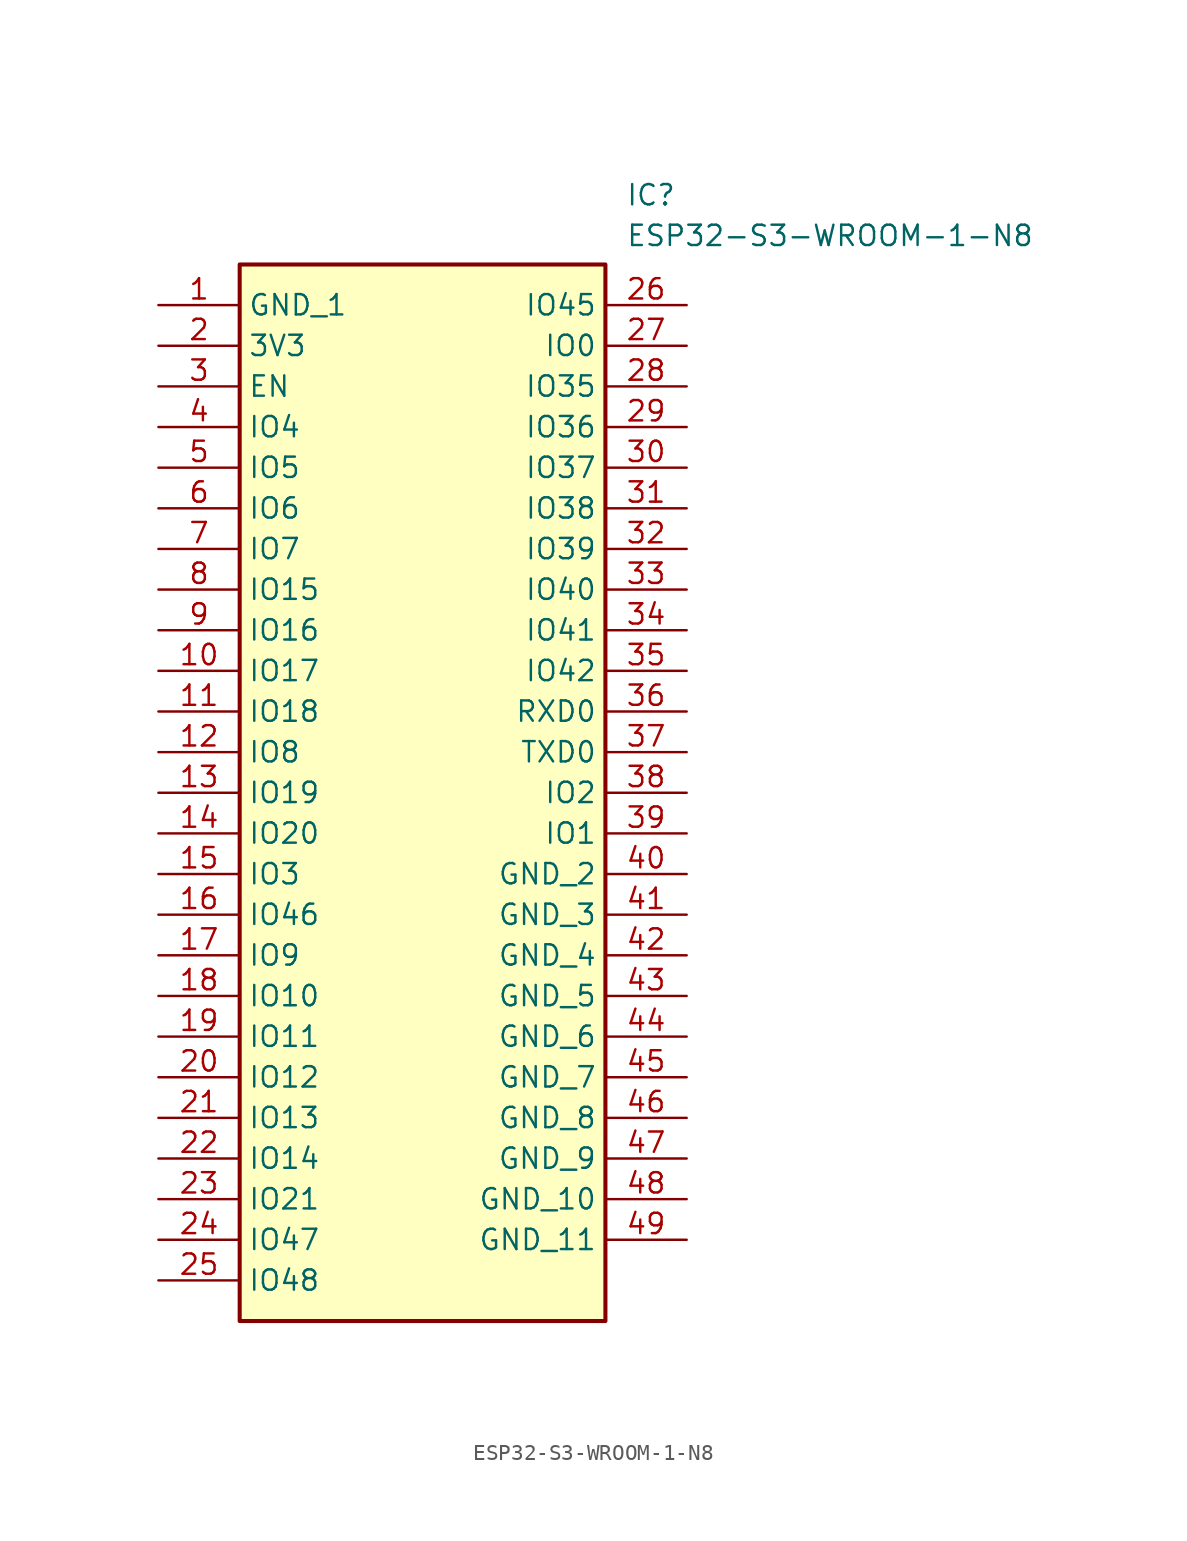
<source format=kicad_sym>
(kicad_symbol_lib
  (version 20211014)
  (generator SamacSys_ECAD_Model)
  (symbol "ESP32-S3-WROOM-1-N8"
    (property "Reference" "IC"
      (at 29.21 7.62 0)
      (effects (font (size 1.27 1.27)) (justify left top)))
    (property "Value" "ESP32-S3-WROOM-1-N8"
      (at 29.21 5.08 0)
      (effects (font (size 1.27 1.27)) (justify left top)))
    (rectangle
      (start 5.08 2.54)
      (end 27.94 -63.5)
      (stroke (width 0.254) (type default))
      (fill (type background)))
    (pin passive line
      (at 0 0 0)
      (length 5.08)
      (name "GND_1" (effects (font (size 1.27 1.27))))
      (number "1" (effects (font (size 1.27 1.27)))))
    (pin passive line
      (at 0 -2.54 0)
      (length 5.08)
      (name "3V3" (effects (font (size 1.27 1.27))))
      (number "2" (effects (font (size 1.27 1.27)))))
    (pin passive line
      (at 0 -5.08 0)
      (length 5.08)
      (name "EN" (effects (font (size 1.27 1.27))))
      (number "3" (effects (font (size 1.27 1.27)))))
    (pin passive line
      (at 0 -7.62 0)
      (length 5.08)
      (name "IO4" (effects (font (size 1.27 1.27))))
      (number "4" (effects (font (size 1.27 1.27)))))
    (pin passive line
      (at 0 -10.16 0)
      (length 5.08)
      (name "IO5" (effects (font (size 1.27 1.27))))
      (number "5" (effects (font (size 1.27 1.27)))))
    (pin passive line
      (at 0 -12.7 0)
      (length 5.08)
      (name "IO6" (effects (font (size 1.27 1.27))))
      (number "6" (effects (font (size 1.27 1.27)))))
    (pin passive line
      (at 0 -15.24 0)
      (length 5.08)
      (name "IO7" (effects (font (size 1.27 1.27))))
      (number "7" (effects (font (size 1.27 1.27)))))
    (pin passive line
      (at 0 -17.78 0)
      (length 5.08)
      (name "IO15" (effects (font (size 1.27 1.27))))
      (number "8" (effects (font (size 1.27 1.27)))))
    (pin passive line
      (at 0 -20.32 0)
      (length 5.08)
      (name "IO16" (effects (font (size 1.27 1.27))))
      (number "9" (effects (font (size 1.27 1.27)))))
    (pin passive line
      (at 0 -22.86 0)
      (length 5.08)
      (name "IO17" (effects (font (size 1.27 1.27))))
      (number "10" (effects (font (size 1.27 1.27)))))
    (pin passive line
      (at 0 -25.4 0)
      (length 5.08)
      (name "IO18" (effects (font (size 1.27 1.27))))
      (number "11" (effects (font (size 1.27 1.27)))))
    (pin passive line
      (at 0 -27.94 0)
      (length 5.08)
      (name "IO8" (effects (font (size 1.27 1.27))))
      (number "12" (effects (font (size 1.27 1.27)))))
    (pin passive line
      (at 0 -30.48 0)
      (length 5.08)
      (name "IO19" (effects (font (size 1.27 1.27))))
      (number "13" (effects (font (size 1.27 1.27)))))
    (pin passive line
      (at 0 -33.02 0)
      (length 5.08)
      (name "IO20" (effects (font (size 1.27 1.27))))
      (number "14" (effects (font (size 1.27 1.27)))))
    (pin passive line
      (at 0 -35.56 0)
      (length 5.08)
      (name "IO3" (effects (font (size 1.27 1.27))))
      (number "15" (effects (font (size 1.27 1.27)))))
    (pin passive line
      (at 0 -38.1 0)
      (length 5.08)
      (name "IO46" (effects (font (size 1.27 1.27))))
      (number "16" (effects (font (size 1.27 1.27)))))
    (pin passive line
      (at 0 -40.64 0)
      (length 5.08)
      (name "IO9" (effects (font (size 1.27 1.27))))
      (number "17" (effects (font (size 1.27 1.27)))))
    (pin passive line
      (at 0 -43.18 0)
      (length 5.08)
      (name "IO10" (effects (font (size 1.27 1.27))))
      (number "18" (effects (font (size 1.27 1.27)))))
    (pin passive line
      (at 0 -45.72 0)
      (length 5.08)
      (name "IO11" (effects (font (size 1.27 1.27))))
      (number "19" (effects (font (size 1.27 1.27)))))
    (pin passive line
      (at 0 -48.26 0)
      (length 5.08)
      (name "IO12" (effects (font (size 1.27 1.27))))
      (number "20" (effects (font (size 1.27 1.27)))))
    (pin passive line
      (at 0 -50.8 0)
      (length 5.08)
      (name "IO13" (effects (font (size 1.27 1.27))))
      (number "21" (effects (font (size 1.27 1.27)))))
    (pin passive line
      (at 0 -53.34 0)
      (length 5.08)
      (name "IO14" (effects (font (size 1.27 1.27))))
      (number "22" (effects (font (size 1.27 1.27)))))
    (pin passive line
      (at 0 -55.88 0)
      (length 5.08)
      (name "IO21" (effects (font (size 1.27 1.27))))
      (number "23" (effects (font (size 1.27 1.27)))))
    (pin passive line
      (at 0 -58.42 0)
      (length 5.08)
      (name "IO47" (effects (font (size 1.27 1.27))))
      (number "24" (effects (font (size 1.27 1.27)))))
    (pin passive line
      (at 0 -60.96 0)
      (length 5.08)
      (name "IO48" (effects (font (size 1.27 1.27))))
      (number "25" (effects (font (size 1.27 1.27)))))
    (pin passive line
      (at 33.02 0 180)
      (length 5.08)
      (name "IO45" (effects (font (size 1.27 1.27))))
      (number "26" (effects (font (size 1.27 1.27)))))
    (pin passive line
      (at 33.02 -2.54 180)
      (length 5.08)
      (name "IO0" (effects (font (size 1.27 1.27))))
      (number "27" (effects (font (size 1.27 1.27)))))
    (pin passive line
      (at 33.02 -5.08 180)
      (length 5.08)
      (name "IO35" (effects (font (size 1.27 1.27))))
      (number "28" (effects (font (size 1.27 1.27)))))
    (pin passive line
      (at 33.02 -7.62 180)
      (length 5.08)
      (name "IO36" (effects (font (size 1.27 1.27))))
      (number "29" (effects (font (size 1.27 1.27)))))
    (pin passive line
      (at 33.02 -10.16 180)
      (length 5.08)
      (name "IO37" (effects (font (size 1.27 1.27))))
      (number "30" (effects (font (size 1.27 1.27)))))
    (pin passive line
      (at 33.02 -12.7 180)
      (length 5.08)
      (name "IO38" (effects (font (size 1.27 1.27))))
      (number "31" (effects (font (size 1.27 1.27)))))
    (pin passive line
      (at 33.02 -15.24 180)
      (length 5.08)
      (name "IO39" (effects (font (size 1.27 1.27))))
      (number "32" (effects (font (size 1.27 1.27)))))
    (pin passive line
      (at 33.02 -17.78 180)
      (length 5.08)
      (name "IO40" (effects (font (size 1.27 1.27))))
      (number "33" (effects (font (size 1.27 1.27)))))
    (pin passive line
      (at 33.02 -20.32 180)
      (length 5.08)
      (name "IO41" (effects (font (size 1.27 1.27))))
      (number "34" (effects (font (size 1.27 1.27)))))
    (pin passive line
      (at 33.02 -22.86 180)
      (length 5.08)
      (name "IO42" (effects (font (size 1.27 1.27))))
      (number "35" (effects (font (size 1.27 1.27)))))
    (pin passive line
      (at 33.02 -25.4 180)
      (length 5.08)
      (name "RXD0" (effects (font (size 1.27 1.27))))
      (number "36" (effects (font (size 1.27 1.27)))))
    (pin passive line
      (at 33.02 -27.94 180)
      (length 5.08)
      (name "TXD0" (effects (font (size 1.27 1.27))))
      (number "37" (effects (font (size 1.27 1.27)))))
    (pin passive line
      (at 33.02 -30.48 180)
      (length 5.08)
      (name "IO2" (effects (font (size 1.27 1.27))))
      (number "38" (effects (font (size 1.27 1.27)))))
    (pin passive line
      (at 33.02 -33.02 180)
      (length 5.08)
      (name "IO1" (effects (font (size 1.27 1.27))))
      (number "39" (effects (font (size 1.27 1.27)))))
    (pin passive line
      (at 33.02 -35.56 180)
      (length 5.08)
      (name "GND_2" (effects (font (size 1.27 1.27))))
      (number "40" (effects (font (size 1.27 1.27)))))
    (pin passive line
      (at 33.02 -38.1 180)
      (length 5.08)
      (name "GND_3" (effects (font (size 1.27 1.27))))
      (number "41" (effects (font (size 1.27 1.27)))))
    (pin passive line
      (at 33.02 -40.64 180)
      (length 5.08)
      (name "GND_4" (effects (font (size 1.27 1.27))))
      (number "42" (effects (font (size 1.27 1.27)))))
    (pin passive line
      (at 33.02 -43.18 180)
      (length 5.08)
      (name "GND_5" (effects (font (size 1.27 1.27))))
      (number "43" (effects (font (size 1.27 1.27)))))
    (pin passive line
      (at 33.02 -45.72 180)
      (length 5.08)
      (name "GND_6" (effects (font (size 1.27 1.27))))
      (number "44" (effects (font (size 1.27 1.27)))))
    (pin passive line
      (at 33.02 -48.26 180)
      (length 5.08)
      (name "GND_7" (effects (font (size 1.27 1.27))))
      (number "45" (effects (font (size 1.27 1.27)))))
    (pin passive line
      (at 33.02 -50.8 180)
      (length 5.08)
      (name "GND_8" (effects (font (size 1.27 1.27))))
      (number "46" (effects (font (size 1.27 1.27)))))
    (pin passive line
      (at 33.02 -53.34 180)
      (length 5.08)
      (name "GND_9" (effects (font (size 1.27 1.27))))
      (number "47" (effects (font (size 1.27 1.27)))))
    (pin passive line
      (at 33.02 -55.88 180)
      (length 5.08)
      (name "GND_10" (effects (font (size 1.27 1.27))))
      (number "48" (effects (font (size 1.27 1.27)))))
    (pin passive line
      (at 33.02 -58.42 180)
      (length 5.08)
      (name "GND_11" (effects (font (size 1.27 1.27))))
      (number "49" (effects (font (size 1.27 1.27)))))))
</source>
